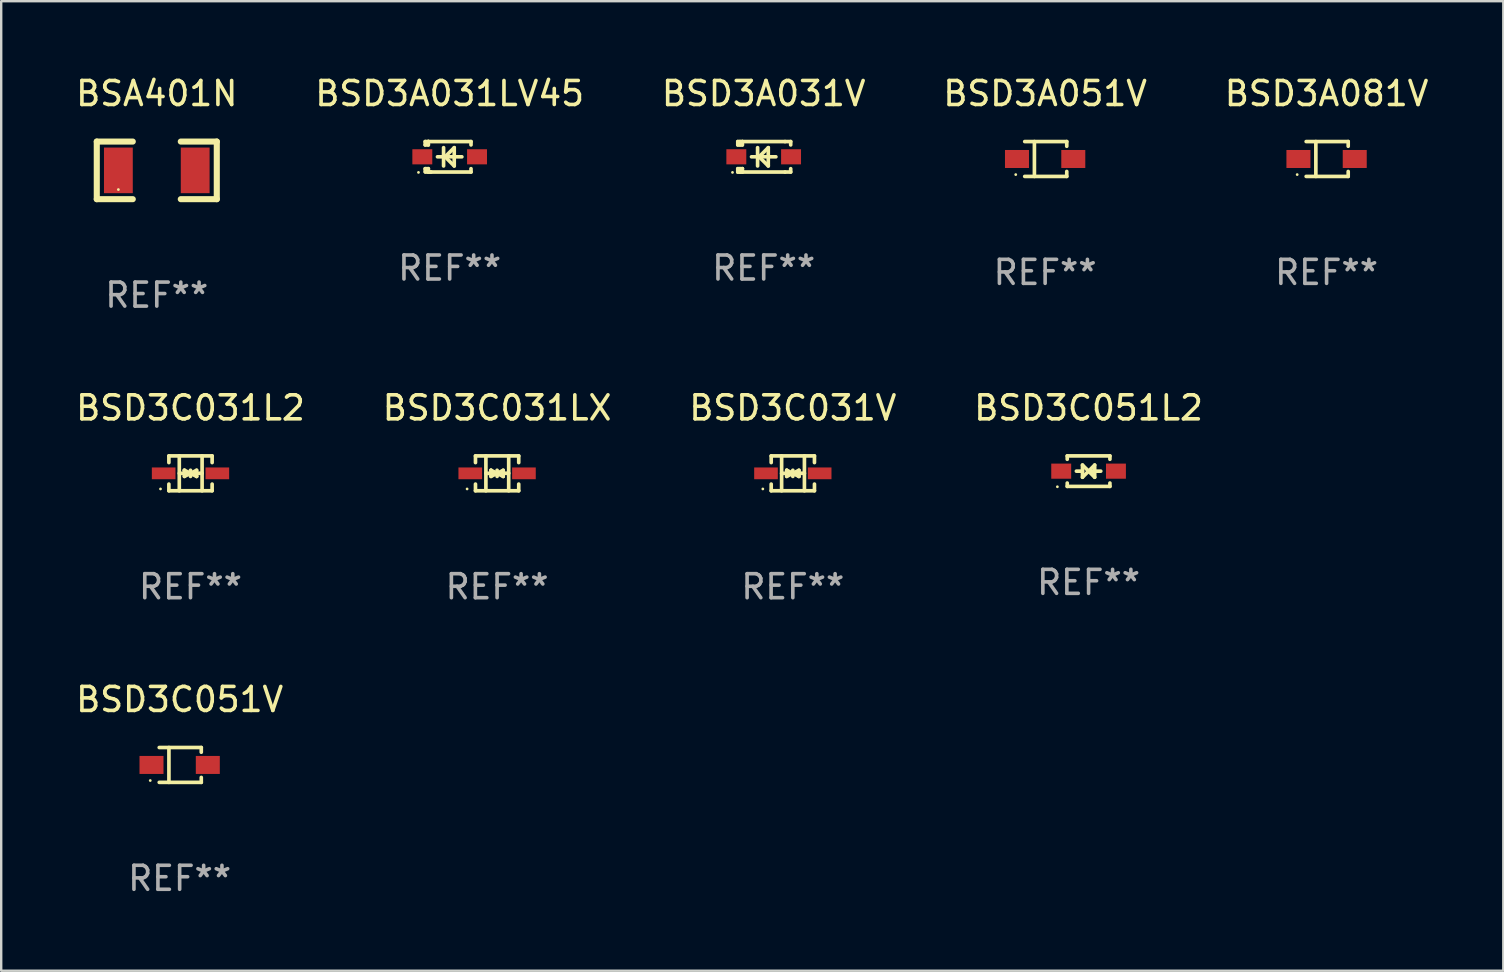
<source format=kicad_pcb>
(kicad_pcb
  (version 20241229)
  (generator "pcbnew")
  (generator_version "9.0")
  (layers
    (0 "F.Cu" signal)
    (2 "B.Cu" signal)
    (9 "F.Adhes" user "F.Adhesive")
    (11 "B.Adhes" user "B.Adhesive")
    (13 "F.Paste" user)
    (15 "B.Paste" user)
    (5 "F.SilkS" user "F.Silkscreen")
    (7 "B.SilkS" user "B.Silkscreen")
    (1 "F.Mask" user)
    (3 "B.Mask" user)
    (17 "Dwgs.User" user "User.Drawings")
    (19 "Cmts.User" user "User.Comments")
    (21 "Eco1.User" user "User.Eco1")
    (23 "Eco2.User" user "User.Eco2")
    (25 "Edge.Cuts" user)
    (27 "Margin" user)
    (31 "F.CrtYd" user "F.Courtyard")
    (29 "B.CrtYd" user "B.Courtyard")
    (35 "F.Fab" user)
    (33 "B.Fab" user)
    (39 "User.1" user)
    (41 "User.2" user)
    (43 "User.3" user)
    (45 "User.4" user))
  (footprint "BSD3A031V"
    (layer "F.Cu")
    (at 28.768 3.483)
    (property "Reference" "BSD3A031V" (at 0 -2.635 0) (layer "F.SilkS") (effects (font (size 1 1) (thickness 0.15))))
    (attr through_hole)
    (fp_line (start -1.08 -0.635) (end -1.08 -0.495) (stroke (width 0.152) (type solid)) (layer "F.SilkS"))
    (fp_line (start -1.08 0.495) (end -1.08 0.635) (stroke (width 0.152) (type solid)) (layer "F.SilkS"))
    (fp_line (start -1.08 0.495) (end -0.889 0.495) (stroke (width 0.152) (type solid)) (layer "F.SilkS"))
    (fp_line (start -1.08 0.635) (end -0.889 0.635) (stroke (width 0.152) (type solid)) (layer "F.SilkS"))
    (fp_line (start -1.003 0.635) (end -0.986 0.635) (stroke (width 0.152) (type solid)) (layer "F.SilkS"))
    (fp_line (start -0.986 -0.495) (end -0.986 -0.635) (stroke (width 0.152) (type solid)) (layer "F.SilkS"))
    (fp_line (start -0.986 0.635) (end -0.986 0.495) (stroke (width 0.152) (type solid)) (layer "F.SilkS"))
    (fp_line (start -0.889 -0.635) (end -1.08 -0.635) (stroke (width 0.152) (type solid)) (layer "F.SilkS"))
    (fp_line (start -0.889 -0.635) (end -0.889 -0.595) (stroke (width 0.152) (type solid)) (layer "F.SilkS"))
    (fp_line (start -0.889 -0.635) (end 0.889 -0.635) (stroke (width 0.152) (type solid)) (layer "F.SilkS"))
    (fp_line (start -0.889 -0.595) (end -0.889 -0.495) (stroke (width 0.152) (type solid)) (layer "F.SilkS"))
    (fp_line (start -0.889 -0.495) (end -1.08 -0.495) (stroke (width 0.152) (type solid)) (layer "F.SilkS"))
    (fp_line (start -0.889 0.495) (end -0.889 0.595) (stroke (width 0.152) (type solid)) (layer "F.SilkS"))
    (fp_line (start -0.889 0.495) (end -0.889 0.495) (stroke (width 0.152) (type solid)) (layer "F.SilkS"))
    (fp_line (start -0.889 0.595) (end -0.889 0.635) (stroke (width 0.152) (type solid)) (layer "F.SilkS"))
    (fp_line (start -0.889 0.635) (end 0.889 0.635) (stroke (width 0.152) (type solid)) (layer "F.SilkS"))
    (fp_line (start -0.254 -0.381) (end -0.254 0.381) (stroke (width 0.152) (type solid)) (layer "F.SilkS"))
    (fp_line (start -0.191 0) (end -0.191 0) (stroke (width 0.152) (type solid)) (layer "F.SilkS"))
    (fp_line (start -0.191 0) (end 0.191 -0.381) (stroke (width 0.152) (type solid)) (layer "F.SilkS"))
    (fp_line (start 0.191 -0.381) (end 0.191 0.381) (stroke (width 0.152) (type solid)) (layer "F.SilkS"))
    (fp_line (start 0.191 0.381) (end -0.191 0) (stroke (width 0.152) (type solid)) (layer "F.SilkS"))
    (fp_line (start 0.508 0) (end -0.508 0) (stroke (width 0.152) (type solid)) (layer "F.SilkS"))
    (fp_line (start 0.889 -0.635) (end 1.125 -0.635) (stroke (width 0.152) (type solid)) (layer "F.SilkS"))
    (fp_line (start 1.125 -0.635) (end 1.125 -0.495) (stroke (width 0.152) (type solid)) (layer "F.SilkS"))
    (fp_line (start 1.125 0.495) (end 1.125 0.635) (stroke (width 0.152) (type solid)) (layer "F.SilkS"))
    (fp_line (start 1.125 0.635) (end 0.889 0.635) (stroke (width 0.152) (type solid)) (layer "F.SilkS"))
    (fp_circle (center -1.3 0.65) (end -1.27 0.65) (stroke (width 0.06) (type solid)) (fill no) (layer "F.SilkS"))
    (fp_text user "REF**" (at 0 4.635 0) (layer "F.Fab") (effects (font (size 1 1) (thickness 0.15))))
    (pad "1" smd rect (at -1.14 0 90) (size 0.63 0.83) (layers "F.Cu" "F.Mask" "F.Paste"))
    (pad "2" smd rect (at 1.14 0 90) (size 0.63 0.83) (layers "F.Cu" "F.Mask" "F.Paste")))
  (footprint "BSD3A031LV45"
    (layer "F.Cu")
    (at 15.685 3.483)
    (property "Reference" "BSD3A031LV45" (at 0 -2.635 0) (layer "F.SilkS") (effects (font (size 1 1) (thickness 0.15))))
    (attr through_hole)
    (fp_line (start -1.02 -0.635) (end -1.02 -0.495) (stroke (width 0.152) (type solid)) (layer "F.SilkS"))
    (fp_line (start -1.02 -0.495) (end -0.889 -0.495) (stroke (width 0.152) (type solid)) (layer "F.SilkS"))
    (fp_line (start -1.02 0.495) (end -1.02 0.62) (stroke (width 0.152) (type solid)) (layer "F.SilkS"))
    (fp_line (start -1.02 0.495) (end -0.889 0.495) (stroke (width 0.152) (type solid)) (layer "F.SilkS"))
    (fp_line (start -0.889 -0.635) (end -1.02 -0.635) (stroke (width 0.152) (type solid)) (layer "F.SilkS"))
    (fp_line (start -0.889 -0.635) (end -0.889 -0.595) (stroke (width 0.152) (type solid)) (layer "F.SilkS"))
    (fp_line (start -0.889 -0.635) (end 0.889 -0.635) (stroke (width 0.152) (type solid)) (layer "F.SilkS"))
    (fp_line (start -0.889 -0.495) (end -0.889 -0.635) (stroke (width 0.152) (type solid)) (layer "F.SilkS"))
    (fp_line (start -0.889 0.595) (end -0.889 0.495) (stroke (width 0.152) (type solid)) (layer "F.SilkS"))
    (fp_line (start -0.889 0.595) (end -0.889 0.635) (stroke (width 0.152) (type solid)) (layer "F.SilkS"))
    (fp_line (start -0.889 0.635) (end 0.889 0.635) (stroke (width 0.152) (type solid)) (layer "F.SilkS"))
    (fp_line (start -0.776 0.635) (end -1.014 0.635) (stroke (width 0.152) (type solid)) (layer "F.SilkS"))
    (fp_line (start -0.254 -0.381) (end -0.254 0.381) (stroke (width 0.152) (type solid)) (layer "F.SilkS"))
    (fp_line (start -0.191 0) (end 0.19 -0.381) (stroke (width 0.152) (type solid)) (layer "F.SilkS"))
    (fp_line (start 0.19 -0.381) (end 0.19 0.381) (stroke (width 0.152) (type solid)) (layer "F.SilkS"))
    (fp_line (start 0.19 0.381) (end -0.191 0) (stroke (width 0.152) (type solid)) (layer "F.SilkS"))
    (fp_line (start 0.508 0) (end -0.508 0) (stroke (width 0.152) (type solid)) (layer "F.SilkS"))
    (fp_line (start 0.889 -0.635) (end 0.889 -0.495) (stroke (width 0.152) (type solid)) (layer "F.SilkS"))
    (fp_line (start 0.889 0.495) (end 0.889 0.635) (stroke (width 0.152) (type solid)) (layer "F.SilkS"))
    (fp_circle (center -1.3 0.65) (end -1.27 0.65) (stroke (width 0.06) (type solid)) (fill no) (layer "F.SilkS"))
    (fp_text user "REF**" (at 0 4.635 0) (layer "F.Fab") (effects (font (size 1 1) (thickness 0.15))))
    (pad "1" smd rect (at -1.14 0 90) (size 0.63 0.83) (layers "F.Cu" "F.Mask" "F.Paste"))
    (pad "2" smd rect (at 1.14 0 90) (size 0.63 0.83) (layers "F.Cu" "F.Mask" "F.Paste")))
  (footprint "BSA401N"
    (layer "F.Cu")
    (at 3.482 4.048)
    (property "Reference" "BSA401N" (at 0 -3.2 0) (layer "F.SilkS") (effects (font (size 1 1) (thickness 0.15))))
    (attr through_hole)
    (fp_line (start -2.5 -1.2) (end -2.5 1.2) (stroke (width 0.254) (type solid)) (layer "F.SilkS"))
    (fp_line (start -1 -1.2) (end -2.5 -1.2) (stroke (width 0.254) (type solid)) (layer "F.SilkS"))
    (fp_line (start -1 1.2) (end -2.5 1.2) (stroke (width 0.254) (type solid)) (layer "F.SilkS"))
    (fp_line (start 1 -1.2) (end 2.5 -1.2) (stroke (width 0.254) (type solid)) (layer "F.SilkS"))
    (fp_line (start 1 1.2) (end 2.5 1.2) (stroke (width 0.254) (type solid)) (layer "F.SilkS"))
    (fp_line (start 2.5 -1.2) (end 2.5 1.2) (stroke (width 0.254) (type solid)) (layer "F.SilkS"))
    (fp_circle (center -1.6 0.8) (end -1.57 0.8) (stroke (width 0.06) (type solid)) (fill no) (layer "F.SilkS"))
    (fp_text user "REF**" (at 0 5.2 0) (layer "F.Fab") (effects (font (size 1 1) (thickness 0.15))))
    (pad "1" smd rect (at -1.6 0) (size 1.2 1.9) (layers "F.Cu" "F.Mask" "F.Paste"))
    (pad "2" smd rect (at 1.6 0) (size 1.2 1.9) (layers "F.Cu" "F.Mask" "F.Paste")))
  (footprint "BSD3C031V"
    (layer "F.Cu")
    (at 29.982 16.671)
    (property "Reference" "BSD3C031V" (at 0 -2.726 0) (layer "F.SilkS") (effects (font (size 1 1) (thickness 0.15))))
    (attr through_hole)
    (fp_line (start -0.901 -0.726) (end -0.901 -0.448) (stroke (width 0.152) (type solid)) (layer "F.SilkS"))
    (fp_line (start -0.901 0.726) (end -0.901 0.448) (stroke (width 0.152) (type solid)) (layer "F.SilkS"))
    (fp_line (start -0.467 0) (end 0.483 -0.003) (stroke (width 0.154) (type solid)) (layer "F.SilkS"))
    (fp_line (start -0.467 0.726) (end -0.467 -0.726) (stroke (width 0.152) (type solid)) (layer "F.SilkS"))
    (fp_line (start -0.254 -0.127) (end -0.254 -0.127) (stroke (width 0.154) (type solid)) (layer "F.SilkS"))
    (fp_line (start -0.254 -0.127) (end -0.002 -0.003) (stroke (width 0.154) (type solid)) (layer "F.SilkS"))
    (fp_line (start -0.254 0.127) (end -0.254 -0.127) (stroke (width 0.154) (type solid)) (layer "F.SilkS"))
    (fp_line (start -0.127 0) (end 0.003 0) (stroke (width 0.154) (type solid)) (layer "F.SilkS"))
    (fp_line (start -0.003 0) (end -0.254 0.127) (stroke (width 0.154) (type solid)) (layer "F.SilkS"))
    (fp_line (start 0 -0.127) (end 0 0.127) (stroke (width 0.154) (type solid)) (layer "F.SilkS"))
    (fp_line (start 0.003 0) (end 0.254 -0.127) (stroke (width 0.154) (type solid)) (layer "F.SilkS"))
    (fp_line (start 0.127 0) (end -0.003 0) (stroke (width 0.154) (type solid)) (layer "F.SilkS"))
    (fp_line (start 0.254 -0.127) (end 0.254 0.127) (stroke (width 0.154) (type solid)) (layer "F.SilkS"))
    (fp_line (start 0.254 0.127) (end 0.002 0.003) (stroke (width 0.154) (type solid)) (layer "F.SilkS"))
    (fp_line (start 0.254 0.127) (end 0.254 0.127) (stroke (width 0.154) (type solid)) (layer "F.SilkS"))
    (fp_line (start 0.483 0.726) (end 0.483 -0.726) (stroke (width 0.152) (type solid)) (layer "F.SilkS"))
    (fp_line (start 0.901 -0.726) (end -0.901 -0.726) (stroke (width 0.152) (type solid)) (layer "F.SilkS"))
    (fp_line (start 0.901 -0.726) (end 0.901 -0.448) (stroke (width 0.152) (type solid)) (layer "F.SilkS"))
    (fp_line (start 0.901 0.726) (end -0.901 0.726) (stroke (width 0.152) (type solid)) (layer "F.SilkS"))
    (fp_line (start 0.901 0.726) (end 0.901 0.448) (stroke (width 0.152) (type solid)) (layer "F.SilkS"))
    (fp_circle (center -1.25 0.65) (end -1.22 0.65) (stroke (width 0.06) (type solid)) (fill no) (layer "F.SilkS"))
    (fp_text user "REF**" (at 0 4.726 0) (layer "F.Fab") (effects (font (size 1 1) (thickness 0.15))))
    (pad "1" smd rect (at -1.118 0) (size 0.985 0.49) (layers "F.Cu" "F.Mask" "F.Paste"))
    (pad "2" smd rect (at 1.118 0) (size 0.985 0.49) (layers "F.Cu" "F.Mask" "F.Paste")))
  (footprint "BSD3C051V"
    (layer "F.Cu")
    (at 4.435 28.82)
    (property "Reference" "BSD3C051V" (at 0 -2.726 0) (layer "F.SilkS") (effects (font (size 1 1) (thickness 0.15))))
    (attr through_hole)
    (fp_line (start -0.851 -0.726) (end 0.901 -0.726) (stroke (width 0.152) (type solid)) (layer "F.SilkS"))
    (fp_line (start -0.851 0.726) (end 0.901 0.726) (stroke (width 0.152) (type solid)) (layer "F.SilkS"))
    (fp_line (start -0.447 -0.726) (end -0.447 0.726) (stroke (width 0.152) (type solid)) (layer "F.SilkS"))
    (fp_line (start 0.901 -0.726) (end 0.901 -0.53) (stroke (width 0.152) (type solid)) (layer "F.SilkS"))
    (fp_line (start 0.901 0.726) (end 0.901 0.52) (stroke (width 0.152) (type solid)) (layer "F.SilkS"))
    (fp_circle (center -1.225 0.65) (end -1.195 0.65) (stroke (width 0.06) (type solid)) (fill no) (layer "F.SilkS"))
    (fp_text user "REF**" (at 0 4.726 0) (layer "F.Fab") (effects (font (size 1 1) (thickness 0.15))))
    (pad "1" smd rect (at -1.173 0) (size 1 0.75) (layers "F.Cu" "F.Mask" "F.Paste"))
    (pad "2" smd rect (at 1.173 0) (size 1 0.75) (layers "F.Cu" "F.Mask" "F.Paste")))
  (footprint "BSD3C031L2"
    (layer "F.Cu")
    (at 4.887 16.671)
    (property "Reference" "BSD3C031L2" (at 0 -2.726 0) (layer "F.SilkS") (effects (font (size 1 1) (thickness 0.15))))
    (attr through_hole)
    (fp_line (start -0.901 -0.726) (end -0.901 -0.448) (stroke (width 0.152) (type solid)) (layer "F.SilkS"))
    (fp_line (start -0.901 0.726) (end -0.901 0.448) (stroke (width 0.152) (type solid)) (layer "F.SilkS"))
    (fp_line (start -0.467 0) (end 0.483 -0.003) (stroke (width 0.154) (type solid)) (layer "F.SilkS"))
    (fp_line (start -0.467 0.726) (end -0.467 -0.726) (stroke (width 0.152) (type solid)) (layer "F.SilkS"))
    (fp_line (start -0.254 -0.127) (end -0.254 -0.127) (stroke (width 0.154) (type solid)) (layer "F.SilkS"))
    (fp_line (start -0.254 -0.127) (end -0.002 -0.003) (stroke (width 0.154) (type solid)) (layer "F.SilkS"))
    (fp_line (start -0.254 0.127) (end -0.254 -0.127) (stroke (width 0.154) (type solid)) (layer "F.SilkS"))
    (fp_line (start -0.127 0) (end 0.003 0) (stroke (width 0.154) (type solid)) (layer "F.SilkS"))
    (fp_line (start -0.003 0) (end -0.254 0.127) (stroke (width 0.154) (type solid)) (layer "F.SilkS"))
    (fp_line (start 0 -0.127) (end 0 0.127) (stroke (width 0.154) (type solid)) (layer "F.SilkS"))
    (fp_line (start 0.003 0) (end 0.254 -0.127) (stroke (width 0.154) (type solid)) (layer "F.SilkS"))
    (fp_line (start 0.127 0) (end -0.003 0) (stroke (width 0.154) (type solid)) (layer "F.SilkS"))
    (fp_line (start 0.254 -0.127) (end 0.254 0.127) (stroke (width 0.154) (type solid)) (layer "F.SilkS"))
    (fp_line (start 0.254 0.127) (end 0.002 0.003) (stroke (width 0.154) (type solid)) (layer "F.SilkS"))
    (fp_line (start 0.254 0.127) (end 0.254 0.127) (stroke (width 0.154) (type solid)) (layer "F.SilkS"))
    (fp_line (start 0.483 0.726) (end 0.483 -0.726) (stroke (width 0.152) (type solid)) (layer "F.SilkS"))
    (fp_line (start 0.901 -0.726) (end -0.901 -0.726) (stroke (width 0.152) (type solid)) (layer "F.SilkS"))
    (fp_line (start 0.901 -0.726) (end 0.901 -0.448) (stroke (width 0.152) (type solid)) (layer "F.SilkS"))
    (fp_line (start 0.901 0.726) (end -0.901 0.726) (stroke (width 0.152) (type solid)) (layer "F.SilkS"))
    (fp_line (start 0.901 0.726) (end 0.901 0.448) (stroke (width 0.152) (type solid)) (layer "F.SilkS"))
    (fp_circle (center -1.25 0.65) (end -1.22 0.65) (stroke (width 0.06) (type solid)) (fill no) (layer "F.SilkS"))
    (fp_text user "REF**" (at 0 4.726 0) (layer "F.Fab") (effects (font (size 1 1) (thickness 0.15))))
    (pad "1" smd rect (at -1.118 0) (size 0.985 0.49) (layers "F.Cu" "F.Mask" "F.Paste"))
    (pad "2" smd rect (at 1.118 0) (size 0.985 0.49) (layers "F.Cu" "F.Mask" "F.Paste")))
  (footprint "BSD3A081V"
    (layer "F.Cu")
    (at 52.22 3.574)
    (property "Reference" "BSD3A081V" (at 0 -2.726 0) (layer "F.SilkS") (effects (font (size 1 1) (thickness 0.15))))
    (attr through_hole)
    (fp_line (start -0.851 -0.726) (end 0.901 -0.726) (stroke (width 0.152) (type solid)) (layer "F.SilkS"))
    (fp_line (start -0.851 0.726) (end 0.901 0.726) (stroke (width 0.152) (type solid)) (layer "F.SilkS"))
    (fp_line (start -0.447 -0.726) (end -0.447 0.726) (stroke (width 0.152) (type solid)) (layer "F.SilkS"))
    (fp_line (start 0.901 -0.726) (end 0.901 -0.53) (stroke (width 0.152) (type solid)) (layer "F.SilkS"))
    (fp_line (start 0.901 0.726) (end 0.901 0.52) (stroke (width 0.152) (type solid)) (layer "F.SilkS"))
    (fp_circle (center -1.225 0.65) (end -1.195 0.65) (stroke (width 0.06) (type solid)) (fill no) (layer "F.SilkS"))
    (fp_text user "REF**" (at 0 4.726 0) (layer "F.Fab") (effects (font (size 1 1) (thickness 0.15))))
    (pad "1" smd rect (at -1.173 0) (size 1 0.75) (layers "F.Cu" "F.Mask" "F.Paste"))
    (pad "2" smd rect (at 1.173 0) (size 1 0.75) (layers "F.Cu" "F.Mask" "F.Paste")))
  (footprint "BSD3C051L2"
    (layer "F.Cu")
    (at 42.304 16.58)
    (property "Reference" "BSD3C051L2" (at 0 -2.635 0) (layer "F.SilkS") (effects (font (size 1 1) (thickness 0.15))))
    (attr through_hole)
    (fp_line (start -0.889 -0.635) (end 0.889 -0.635) (stroke (width 0.152) (type solid)) (layer "F.SilkS"))
    (fp_line (start -0.889 -0.495) (end -0.889 -0.635) (stroke (width 0.152) (type solid)) (layer "F.SilkS"))
    (fp_line (start -0.889 0.635) (end -0.889 0.495) (stroke (width 0.152) (type solid)) (layer "F.SilkS"))
    (fp_line (start -0.889 0.635) (end 0.889 0.635) (stroke (width 0.152) (type solid)) (layer "F.SilkS"))
    (fp_line (start -0.508 -0.000051) (end -0.254 -0.000051) (stroke (width 0.152) (type solid)) (layer "F.SilkS"))
    (fp_line (start -0.254 -0.254) (end 0 -0.000051) (stroke (width 0.152) (type solid)) (layer "F.SilkS"))
    (fp_line (start -0.254 0.254) (end -0.254 -0.254) (stroke (width 0.152) (type solid)) (layer "F.SilkS"))
    (fp_line (start 0 -0.000051) (end -0.254 0.254) (stroke (width 0.152) (type solid)) (layer "F.SilkS"))
    (fp_line (start 0 -0.000051) (end 0.254 -0.254) (stroke (width 0.152) (type solid)) (layer "F.SilkS"))
    (fp_line (start 0.254 -0.254) (end 0.254 0.254) (stroke (width 0.152) (type solid)) (layer "F.SilkS"))
    (fp_line (start 0.254 0.254) (end 0 -0.000051) (stroke (width 0.152) (type solid)) (layer "F.SilkS"))
    (fp_line (start 0.508 -0.000051) (end 0.127 -0.000051) (stroke (width 0.152) (type solid)) (layer "F.SilkS"))
    (fp_line (start 0.889 -0.635) (end 0.889 -0.495) (stroke (width 0.152) (type solid)) (layer "F.SilkS"))
    (fp_line (start 0.889 0.495) (end 0.889 0.635) (stroke (width 0.152) (type solid)) (layer "F.SilkS"))
    (fp_circle (center -1.3 0.65) (end -1.27 0.65) (stroke (width 0.06) (type solid)) (fill no) (layer "F.SilkS"))
    (fp_text user "REF**" (at 0 4.635 0) (layer "F.Fab") (effects (font (size 1 1) (thickness 0.15))))
    (pad "1" smd rect (at -1.14 0.000152 90) (size 0.63 0.83) (layers "F.Cu" "F.Mask" "F.Paste"))
    (pad "2" smd rect (at 1.14 -0.000102 90) (size 0.63 0.83) (layers "F.Cu" "F.Mask" "F.Paste")))
  (footprint "BSD3C031LX"
    (layer "F.Cu")
    (at 17.661 16.671)
    (property "Reference" "BSD3C031LX" (at 0 -2.726 0) (layer "F.SilkS") (effects (font (size 1 1) (thickness 0.15))))
    (attr through_hole)
    (fp_line (start -0.901 -0.726) (end -0.901 -0.448) (stroke (width 0.152) (type solid)) (layer "F.SilkS"))
    (fp_line (start -0.901 0.726) (end -0.901 0.448) (stroke (width 0.152) (type solid)) (layer "F.SilkS"))
    (fp_line (start -0.467 0) (end 0.483 -0.003) (stroke (width 0.154) (type solid)) (layer "F.SilkS"))
    (fp_line (start -0.467 0.726) (end -0.467 -0.726) (stroke (width 0.152) (type solid)) (layer "F.SilkS"))
    (fp_line (start -0.254 -0.127) (end -0.254 -0.127) (stroke (width 0.154) (type solid)) (layer "F.SilkS"))
    (fp_line (start -0.254 -0.127) (end -0.002 -0.003) (stroke (width 0.154) (type solid)) (layer "F.SilkS"))
    (fp_line (start -0.254 0.127) (end -0.254 -0.127) (stroke (width 0.154) (type solid)) (layer "F.SilkS"))
    (fp_line (start -0.127 0) (end 0.003 0) (stroke (width 0.154) (type solid)) (layer "F.SilkS"))
    (fp_line (start -0.003 0) (end -0.254 0.127) (stroke (width 0.154) (type solid)) (layer "F.SilkS"))
    (fp_line (start 0 -0.127) (end 0 0.127) (stroke (width 0.154) (type solid)) (layer "F.SilkS"))
    (fp_line (start 0.003 0) (end 0.254 -0.127) (stroke (width 0.154) (type solid)) (layer "F.SilkS"))
    (fp_line (start 0.127 0) (end -0.003 0) (stroke (width 0.154) (type solid)) (layer "F.SilkS"))
    (fp_line (start 0.254 -0.127) (end 0.254 0.127) (stroke (width 0.154) (type solid)) (layer "F.SilkS"))
    (fp_line (start 0.254 0.127) (end 0.002 0.003) (stroke (width 0.154) (type solid)) (layer "F.SilkS"))
    (fp_line (start 0.254 0.127) (end 0.254 0.127) (stroke (width 0.154) (type solid)) (layer "F.SilkS"))
    (fp_line (start 0.483 0.726) (end 0.483 -0.726) (stroke (width 0.152) (type solid)) (layer "F.SilkS"))
    (fp_line (start 0.901 -0.726) (end -0.901 -0.726) (stroke (width 0.152) (type solid)) (layer "F.SilkS"))
    (fp_line (start 0.901 -0.726) (end 0.901 -0.448) (stroke (width 0.152) (type solid)) (layer "F.SilkS"))
    (fp_line (start 0.901 0.726) (end -0.901 0.726) (stroke (width 0.152) (type solid)) (layer "F.SilkS"))
    (fp_line (start 0.901 0.726) (end 0.901 0.448) (stroke (width 0.152) (type solid)) (layer "F.SilkS"))
    (fp_circle (center -1.25 0.65) (end -1.22 0.65) (stroke (width 0.06) (type solid)) (fill no) (layer "F.SilkS"))
    (fp_text user "REF**" (at 0 4.726 0) (layer "F.Fab") (effects (font (size 1 1) (thickness 0.15))))
    (pad "1" smd rect (at -1.118 0) (size 0.985 0.49) (layers "F.Cu" "F.Mask" "F.Paste"))
    (pad "2" smd rect (at 1.118 0) (size 0.985 0.49) (layers "F.Cu" "F.Mask" "F.Paste")))
  (footprint "BSD3A051V"
    (layer "F.Cu")
    (at 40.494 3.574)
    (property "Reference" "BSD3A051V" (at 0 -2.726 0) (layer "F.SilkS") (effects (font (size 1 1) (thickness 0.15))))
    (attr through_hole)
    (fp_line (start -0.851 -0.726) (end 0.901 -0.726) (stroke (width 0.152) (type solid)) (layer "F.SilkS"))
    (fp_line (start -0.851 0.726) (end 0.901 0.726) (stroke (width 0.152) (type solid)) (layer "F.SilkS"))
    (fp_line (start -0.447 -0.726) (end -0.447 0.726) (stroke (width 0.152) (type solid)) (layer "F.SilkS"))
    (fp_line (start 0.901 -0.726) (end 0.901 -0.53) (stroke (width 0.152) (type solid)) (layer "F.SilkS"))
    (fp_line (start 0.901 0.726) (end 0.901 0.52) (stroke (width 0.152) (type solid)) (layer "F.SilkS"))
    (fp_circle (center -1.225 0.65) (end -1.195 0.65) (stroke (width 0.06) (type solid)) (fill no) (layer "F.SilkS"))
    (fp_text user "REF**" (at 0 4.726 0) (layer "F.Fab") (effects (font (size 1 1) (thickness 0.15))))
    (pad "1" smd rect (at -1.173 0) (size 1 0.75) (layers "F.Cu" "F.Mask" "F.Paste"))
    (pad "2" smd rect (at 1.173 0) (size 1 0.75) (layers "F.Cu" "F.Mask" "F.Paste")))
  (gr_rect
    (start -3 -3)
    (end 59.583 37.394)
    (stroke (width 0.1) (type default))
    (fill no)
    (layer "Edge.Cuts")))
</source>
